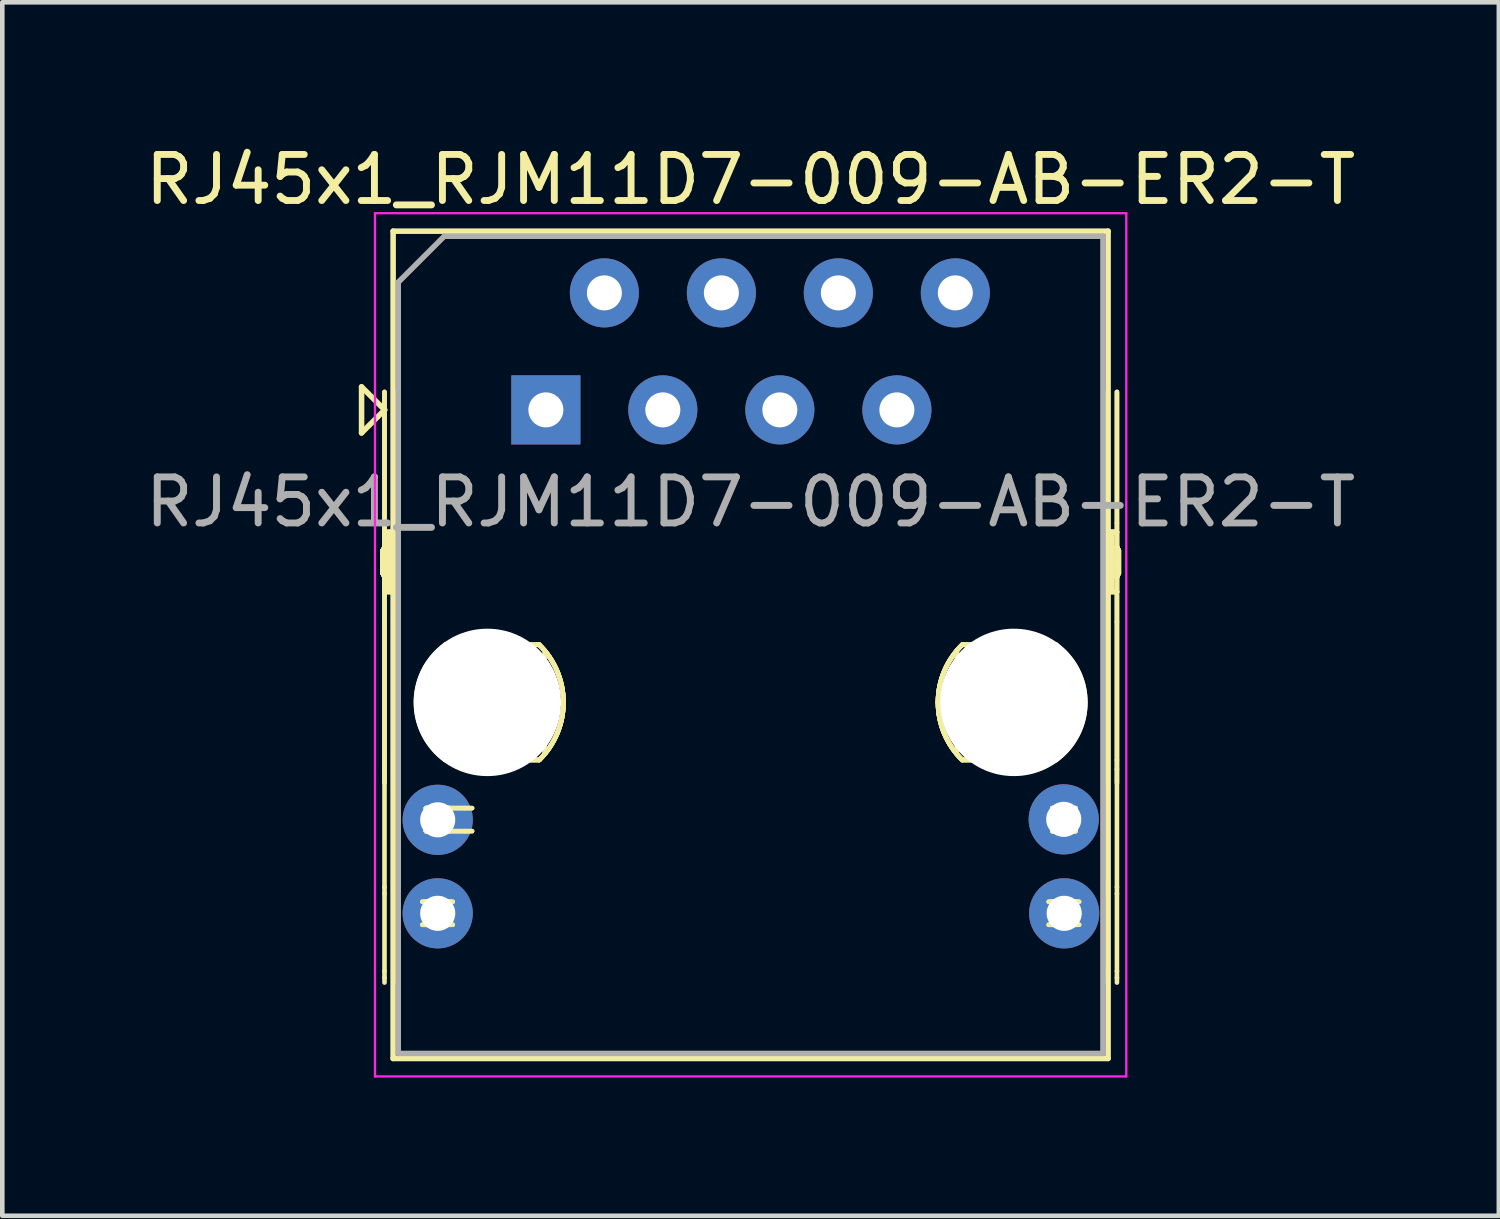
<source format=kicad_pcb>
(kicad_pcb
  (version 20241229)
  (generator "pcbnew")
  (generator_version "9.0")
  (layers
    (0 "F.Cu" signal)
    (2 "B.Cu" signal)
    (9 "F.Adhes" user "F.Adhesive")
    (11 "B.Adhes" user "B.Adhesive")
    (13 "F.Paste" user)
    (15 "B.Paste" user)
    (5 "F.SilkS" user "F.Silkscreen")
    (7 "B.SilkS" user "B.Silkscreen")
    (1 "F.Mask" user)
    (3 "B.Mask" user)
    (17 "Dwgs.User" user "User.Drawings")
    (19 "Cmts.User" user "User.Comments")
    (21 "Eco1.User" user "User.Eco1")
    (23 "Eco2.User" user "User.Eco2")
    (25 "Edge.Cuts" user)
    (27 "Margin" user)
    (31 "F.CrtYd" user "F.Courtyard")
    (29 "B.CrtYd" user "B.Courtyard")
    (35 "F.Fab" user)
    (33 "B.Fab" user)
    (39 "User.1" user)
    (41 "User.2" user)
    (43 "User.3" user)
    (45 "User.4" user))
  (footprint "RJ45x1_RJM11D7-009-AB-ER2-T"
    (layer "F.Cu")
    (at 13.242 12.167)
    (property "Reference" "RJ45x1_RJM11D7-009-AB-ER2-T" (at 0.003 -11.319 0) (layer "F.SilkS") (effects (font (size 1 1) (thickness 0.15))))
    (attr through_hole)
    (fp_line (start -8.443 -6.819) (end -8.443 -5.819) (stroke (width 0.12) (type solid)) (layer "F.SilkS"))
    (fp_line (start -8.443 -5.819) (end -7.942 -6.319) (stroke (width 0.12) (type solid)) (layer "F.SilkS"))
    (fp_line (start -7.985 -3.263) (end -7.985 -2.773) (stroke (width 0.1) (type solid)) (layer "F.SilkS"))
    (fp_line (start -7.985 -3.263) (end -7.985 -2.773) (stroke (width 0.1) (type solid)) (layer "F.SilkS"))
    (fp_line (start -7.985 -3.263) (end -7.985 -2.773) (stroke (width 0.1) (type solid)) (layer "F.SilkS"))
    (fp_line (start -7.985 -3.263) (end -7.945 -3.343) (stroke (width 0.1) (type solid)) (layer "F.SilkS"))
    (fp_line (start -7.985 -3.263) (end -7.945 -3.343) (stroke (width 0.1) (type solid)) (layer "F.SilkS"))
    (fp_line (start -7.985 -3.263) (end -7.985 -3.263) (stroke (width 0.1) (type solid)) (layer "F.SilkS"))
    (fp_line (start -7.985 -3.263) (end -7.985 -3.263) (stroke (width 0.1) (type solid)) (layer "F.SilkS"))
    (fp_line (start -7.985 -3.263) (end -7.985 -2.773) (stroke (width 0.1) (type solid)) (layer "F.SilkS"))
    (fp_line (start -7.985 -3.263) (end -7.985 -2.773) (stroke (width 0.1) (type solid)) (layer "F.SilkS"))
    (fp_line (start -7.985 -3.263) (end -7.945 -3.343) (stroke (width 0.1) (type solid)) (layer "F.SilkS"))
    (fp_line (start -7.985 -2.773) (end -7.945 -2.693) (stroke (width 0.1) (type solid)) (layer "F.SilkS"))
    (fp_line (start -7.985 -2.773) (end -7.985 -2.773) (stroke (width 0.1) (type solid)) (layer "F.SilkS"))
    (fp_line (start -7.985 -2.773) (end -7.985 -2.773) (stroke (width 0.1) (type solid)) (layer "F.SilkS"))
    (fp_line (start -7.985 -2.773) (end -7.945 -2.693) (stroke (width 0.1) (type solid)) (layer "F.SilkS"))
    (fp_line (start -7.945 -6.709) (end -7.945 -3.868) (stroke (width 0.1) (type solid)) (layer "F.SilkS"))
    (fp_line (start -7.945 -3.868) (end -7.945 -3.668) (stroke (width 0.1) (type solid)) (layer "F.SilkS"))
    (fp_line (start -7.945 -3.668) (end -7.945 -2.368) (stroke (width 0.1) (type solid)) (layer "F.SilkS"))
    (fp_line (start -7.945 -3.668) (end -7.945 -2.368) (stroke (width 0.1) (type solid)) (layer "F.SilkS"))
    (fp_line (start -7.945 -3.668) (end -7.745 -3.668) (stroke (width 0.1) (type solid)) (layer "F.SilkS"))
    (fp_line (start -7.945 -3.668) (end -7.745 -3.668) (stroke (width 0.1) (type solid)) (layer "F.SilkS"))
    (fp_line (start -7.945 -3.668) (end -7.745 -3.668) (stroke (width 0.1) (type solid)) (layer "F.SilkS"))
    (fp_line (start -7.945 -3.668) (end -7.745 -3.668) (stroke (width 0.1) (type solid)) (layer "F.SilkS"))
    (fp_line (start -7.945 -3.343) (end -7.945 -3.343) (stroke (width 0.1) (type solid)) (layer "F.SilkS"))
    (fp_line (start -7.945 -3.343) (end -7.945 -3.343) (stroke (width 0.1) (type solid)) (layer "F.SilkS"))
    (fp_line (start -7.945 -2.693) (end -7.945 -2.693) (stroke (width 0.1) (type solid)) (layer "F.SilkS"))
    (fp_line (start -7.945 -2.693) (end -7.945 -2.693) (stroke (width 0.1) (type solid)) (layer "F.SilkS"))
    (fp_line (start -7.945 -2.368) (end -7.945 -1.718) (stroke (width 0.1) (type solid)) (layer "F.SilkS"))
    (fp_line (start -7.945 -1.718) (end -7.945 1.282) (stroke (width 0.1) (type solid)) (layer "F.SilkS"))
    (fp_line (start -7.945 1.282) (end -7.945 1.482) (stroke (width 0.1) (type solid)) (layer "F.SilkS"))
    (fp_line (start -7.945 1.482) (end -7.945 1.782) (stroke (width 0.1) (type solid)) (layer "F.SilkS"))
    (fp_line (start -7.945 4.042) (end -7.945 -6.709) (stroke (width 0.1) (type solid)) (layer "F.SilkS"))
    (fp_line (start -7.945 4.184) (end -7.945 4.042) (stroke (width 0.1) (type solid)) (layer "F.SilkS"))
    (fp_line (start -7.945 5.866) (end -7.945 4.184) (stroke (width 0.1) (type solid)) (layer "F.SilkS"))
    (fp_line (start -7.945 6.008) (end -7.945 5.866) (stroke (width 0.1) (type solid)) (layer "F.SilkS"))
    (fp_line (start -7.945 6.113) (end -7.945 6.008) (stroke (width 0.1) (type solid)) (layer "F.SilkS"))
    (fp_line (start -7.945 -3.343) (end -7.985 -3.263) (stroke (width 0.1) (type solid)) (layer "F.SilkS"))
    (fp_line (start -7.945 -3.343) (end -7.945 -2.693) (stroke (width 0.1) (type solid)) (layer "F.SilkS"))
    (fp_line (start -7.945 -3.021) (end -7.985 -3.02) (stroke (width 0.1) (type solid)) (layer "F.SilkS"))
    (fp_line (start -7.945 -2.693) (end -7.985 -2.773) (stroke (width 0.1) (type solid)) (layer "F.SilkS"))
    (fp_line (start -7.945 -2.693) (end -7.985 -2.773) (stroke (width 0.1) (type solid)) (layer "F.SilkS"))
    (fp_line (start -7.945 -2.693) (end -7.985 -2.773) (stroke (width 0.1) (type solid)) (layer "F.SilkS"))
    (fp_line (start -7.945 -2.693) (end -7.945 -3.343) (stroke (width 0.1) (type solid)) (layer "F.SilkS"))
    (fp_line (start -7.945 -2.693) (end -7.945 -3.343) (stroke (width 0.1) (type solid)) (layer "F.SilkS"))
    (fp_line (start -7.942 -6.319) (end -8.443 -6.819) (stroke (width 0.12) (type solid)) (layer "F.SilkS"))
    (fp_line (start -7.845 -3.668) (end -7.845 -2.368) (stroke (width 0.1) (type solid)) (layer "F.SilkS"))
    (fp_line (start -7.785 -3.143) (end -7.785 -2.893) (stroke (width 0.1) (type solid)) (layer "F.SilkS"))
    (fp_line (start -7.785 -3.143) (end -7.785 -2.893) (stroke (width 0.1) (type solid)) (layer "F.SilkS"))
    (fp_line (start -7.785 -2.893) (end -7.785 -3.143) (stroke (width 0.1) (type solid)) (layer "F.SilkS"))
    (fp_line (start -7.785 -2.893) (end -7.785 -3.143) (stroke (width 0.1) (type solid)) (layer "F.SilkS"))
    (fp_line (start -7.785 -2.893) (end -7.745 -2.893) (stroke (width 0.1) (type solid)) (layer "F.SilkS"))
    (fp_line (start -7.765 -3.143) (end -7.765 -2.893) (stroke (width 0.1) (type solid)) (layer "F.SilkS"))
    (fp_line (start -7.758 -10.199) (end -7.758 7.761) (stroke (width 0.12) (type solid)) (layer "F.SilkS"))
    (fp_line (start -7.758 7.761) (end 7.763 7.761) (stroke (width 0.12) (type solid)) (layer "F.SilkS"))
    (fp_line (start -7.745 -6.709) (end -7.745 4.042) (stroke (width 0.1) (type solid)) (layer "F.SilkS"))
    (fp_line (start -7.745 -3.868) (end -7.745 -6.709) (stroke (width 0.1) (type solid)) (layer "F.SilkS"))
    (fp_line (start -7.745 -3.668) (end -7.745 -3.868) (stroke (width 0.1) (type solid)) (layer "F.SilkS"))
    (fp_line (start -7.745 -3.668) (end -7.745 -2.368) (stroke (width 0.1) (type solid)) (layer "F.SilkS"))
    (fp_line (start -7.745 -3.668) (end -7.745 -2.368) (stroke (width 0.1) (type solid)) (layer "F.SilkS"))
    (fp_line (start -7.745 -3.143) (end -7.785 -3.143) (stroke (width 0.1) (type solid)) (layer "F.SilkS"))
    (fp_line (start -7.745 -3.143) (end -7.785 -3.143) (stroke (width 0.1) (type solid)) (layer "F.SilkS"))
    (fp_line (start -7.745 -3.143) (end -7.785 -3.143) (stroke (width 0.1) (type solid)) (layer "F.SilkS"))
    (fp_line (start -7.745 -3.143) (end -7.785 -3.143) (stroke (width 0.1) (type solid)) (layer "F.SilkS"))
    (fp_line (start -7.745 -3.143) (end -7.745 -2.893) (stroke (width 0.1) (type solid)) (layer "F.SilkS"))
    (fp_line (start -7.745 -3.018) (end -7.945 -3.018) (stroke (width 0.1) (type solid)) (layer "F.SilkS"))
    (fp_line (start -7.745 -3.018) (end -7.785 -3.018) (stroke (width 0.1) (type solid)) (layer "F.SilkS"))
    (fp_line (start -7.745 -2.893) (end -7.785 -2.893) (stroke (width 0.1) (type solid)) (layer "F.SilkS"))
    (fp_line (start -7.745 -2.893) (end -7.785 -2.893) (stroke (width 0.1) (type solid)) (layer "F.SilkS"))
    (fp_line (start -7.745 -2.893) (end -7.785 -2.893) (stroke (width 0.1) (type solid)) (layer "F.SilkS"))
    (fp_line (start -7.745 -2.893) (end -7.745 -3.143) (stroke (width 0.1) (type solid)) (layer "F.SilkS"))
    (fp_line (start -7.745 -2.893) (end -7.745 -3.143) (stroke (width 0.1) (type solid)) (layer "F.SilkS"))
    (fp_line (start -7.745 -2.368) (end -7.945 -2.368) (stroke (width 0.1) (type solid)) (layer "F.SilkS"))
    (fp_line (start -7.745 -2.368) (end -7.945 -2.368) (stroke (width 0.1) (type solid)) (layer "F.SilkS"))
    (fp_line (start -7.745 -2.368) (end -7.945 -2.368) (stroke (width 0.1) (type solid)) (layer "F.SilkS"))
    (fp_line (start -7.745 -2.368) (end -7.945 -2.368) (stroke (width 0.1) (type solid)) (layer "F.SilkS"))
    (fp_line (start -7.745 -2.368) (end -7.745 -1.718) (stroke (width 0.1) (type solid)) (layer "F.SilkS"))
    (fp_line (start -7.745 -1.718) (end -7.745 1.282) (stroke (width 0.1) (type solid)) (layer "F.SilkS"))
    (fp_line (start -7.745 1.282) (end -7.745 1.482) (stroke (width 0.1) (type solid)) (layer "F.SilkS"))
    (fp_line (start -7.745 4.042) (end -7.745 4.184) (stroke (width 0.1) (type solid)) (layer "F.SilkS"))
    (fp_line (start -7.745 4.184) (end -7.745 5.866) (stroke (width 0.1) (type solid)) (layer "F.SilkS"))
    (fp_line (start -7.745 6.008) (end -7.745 5.866) (stroke (width 0.1) (type solid)) (layer "F.SilkS"))
    (fp_line (start -7.745 1.782) (end -7.745 1.482) (stroke (width 0.1) (type solid)) (layer "F.SilkS"))
    (fp_line (start -7.745 6.113) (end -7.745 6.008) (stroke (width 0.1) (type solid)) (layer "F.SilkS"))
    (fp_line (start -7.124 4.358) (end -7.044 4.358) (stroke (width 0.1) (type solid)) (layer "F.SilkS"))
    (fp_line (start -7.124 4.358) (end -7.044 4.358) (stroke (width 0.1) (type solid)) (layer "F.SilkS"))
    (fp_line (start -7.044 2.326) (end -7.044 2.826) (stroke (width 0.1) (type solid)) (layer "F.SilkS"))
    (fp_line (start -7.044 2.326) (end -7.044 2.826) (stroke (width 0.1) (type solid)) (layer "F.SilkS"))
    (fp_line (start -7.044 2.326) (end -6.544 2.326) (stroke (width 0.1) (type solid)) (layer "F.SilkS"))
    (fp_line (start -7.044 2.326) (end -6.544 2.326) (stroke (width 0.1) (type solid)) (layer "F.SilkS"))
    (fp_line (start -7.044 2.326) (end -6.544 2.326) (stroke (width 0.1) (type solid)) (layer "F.SilkS"))
    (fp_line (start -7.044 2.826) (end -7.044 2.326) (stroke (width 0.1) (type solid)) (layer "F.SilkS"))
    (fp_line (start -7.044 2.826) (end -7.044 2.326) (stroke (width 0.1) (type solid)) (layer "F.SilkS"))
    (fp_line (start -7.044 2.826) (end -6.204 2.826) (stroke (width 0.1) (type solid)) (layer "F.SilkS"))
    (fp_line (start -7.044 4.358) (end -7.044 4.858) (stroke (width 0.1) (type solid)) (layer "F.SilkS"))
    (fp_line (start -7.044 4.358) (end -7.044 4.858) (stroke (width 0.1) (type solid)) (layer "F.SilkS"))
    (fp_line (start -7.044 4.358) (end -6.544 4.358) (stroke (width 0.1) (type solid)) (layer "F.SilkS"))
    (fp_line (start -7.044 4.358) (end -6.544 4.358) (stroke (width 0.1) (type solid)) (layer "F.SilkS"))
    (fp_line (start -7.044 4.858) (end -7.124 4.858) (stroke (width 0.1) (type solid)) (layer "F.SilkS"))
    (fp_line (start -7.044 4.858) (end -7.124 4.858) (stroke (width 0.1) (type solid)) (layer "F.SilkS"))
    (fp_line (start -7.044 4.858) (end -7.044 4.358) (stroke (width 0.1) (type solid)) (layer "F.SilkS"))
    (fp_line (start -7.044 4.858) (end -7.044 4.358) (stroke (width 0.1) (type solid)) (layer "F.SilkS"))
    (fp_line (start -7.044 4.858) (end -6.544 4.858) (stroke (width 0.1) (type solid)) (layer "F.SilkS"))
    (fp_line (start -7.044 4.858) (end -6.544 4.858) (stroke (width 0.1) (type solid)) (layer "F.SilkS"))
    (fp_line (start -7.009 -0.72) (end -7.052 -0.745) (stroke (width 0.1) (type solid)) (layer "F.SilkS"))
    (fp_line (start -6.794 2.826) (end -6.794 2.326) (stroke (width 0.1) (type solid)) (layer "F.SilkS"))
    (fp_line (start -6.794 4.858) (end -6.794 4.358) (stroke (width 0.1) (type solid)) (layer "F.SilkS"))
    (fp_line (start -6.627 -1.22) (end -6.539 -1.22) (stroke (width 0.1) (type solid)) (layer "F.SilkS"))
    (fp_line (start -6.627 -1.22) (end -6.539 -1.22) (stroke (width 0.1) (type solid)) (layer "F.SilkS"))
    (fp_line (start -6.627 1.28) (end -6.11 1.28) (stroke (width 0.1) (type solid)) (layer "F.SilkS"))
    (fp_line (start -6.573 1.28) (end -6.06 1.28) (stroke (width 0.1) (type solid)) (layer "F.SilkS"))
    (fp_line (start -6.56 0.03) (end -7.21 0.03) (stroke (width 0.1) (type solid)) (layer "F.SilkS"))
    (fp_line (start -6.56 0.03) (end -6.06 0.03) (stroke (width 0.1) (type solid)) (layer "F.SilkS"))
    (fp_line (start -6.544 2.326) (end -6.544 2.826) (stroke (width 0.1) (type solid)) (layer "F.SilkS"))
    (fp_line (start -6.544 2.576) (end -7.044 2.576) (stroke (width 0.1) (type solid)) (layer "F.SilkS"))
    (fp_line (start -6.544 2.826) (end -7.044 2.826) (stroke (width 0.1) (type solid)) (layer "F.SilkS"))
    (fp_line (start -6.544 2.826) (end -7.044 2.826) (stroke (width 0.1) (type solid)) (layer "F.SilkS"))
    (fp_line (start -6.544 2.826) (end -7.044 2.826) (stroke (width 0.1) (type solid)) (layer "F.SilkS"))
    (fp_line (start -6.544 2.826) (end -6.544 2.326) (stroke (width 0.1) (type solid)) (layer "F.SilkS"))
    (fp_line (start -6.544 2.826) (end -6.544 2.326) (stroke (width 0.1) (type solid)) (layer "F.SilkS"))
    (fp_line (start -6.544 2.826) (end -6.544 2.326) (stroke (width 0.1) (type solid)) (layer "F.SilkS"))
    (fp_line (start -6.544 4.358) (end -7.044 4.358) (stroke (width 0.1) (type solid)) (layer "F.SilkS"))
    (fp_line (start -6.544 4.358) (end -7.044 4.358) (stroke (width 0.1) (type solid)) (layer "F.SilkS"))
    (fp_line (start -6.544 4.358) (end -6.464 4.358) (stroke (width 0.1) (type solid)) (layer "F.SilkS"))
    (fp_line (start -6.544 4.358) (end -6.464 4.358) (stroke (width 0.1) (type solid)) (layer "F.SilkS"))
    (fp_line (start -6.544 4.608) (end -7.044 4.608) (stroke (width 0.1) (type solid)) (layer "F.SilkS"))
    (fp_line (start -6.544 4.858) (end -7.044 4.858) (stroke (width 0.1) (type solid)) (layer "F.SilkS"))
    (fp_line (start -6.544 4.858) (end -7.044 4.858) (stroke (width 0.1) (type solid)) (layer "F.SilkS"))
    (fp_line (start -6.544 4.858) (end -6.544 4.358) (stroke (width 0.1) (type solid)) (layer "F.SilkS"))
    (fp_line (start -6.544 4.858) (end -6.544 4.358) (stroke (width 0.1) (type solid)) (layer "F.SilkS"))
    (fp_line (start -6.544 4.858) (end -6.544 4.358) (stroke (width 0.1) (type solid)) (layer "F.SilkS"))
    (fp_line (start -6.544 4.858) (end -6.544 4.358) (stroke (width 0.1) (type solid)) (layer "F.SilkS"))
    (fp_line (start -6.544 4.858) (end -6.464 4.858) (stroke (width 0.1) (type solid)) (layer "F.SilkS"))
    (fp_line (start -6.539 -1.22) (end -6.06 -1.22) (stroke (width 0.1) (type solid)) (layer "F.SilkS"))
    (fp_line (start -6.539 -1.22) (end -6.06 -1.22) (stroke (width 0.1) (type solid)) (layer "F.SilkS"))
    (fp_line (start -6.539 1.28) (end -6.627 1.28) (stroke (width 0.1) (type solid)) (layer "F.SilkS"))
    (fp_line (start -6.539 1.28) (end -6.627 1.28) (stroke (width 0.1) (type solid)) (layer "F.SilkS"))
    (fp_line (start -6.464 4.858) (end -6.544 4.858) (stroke (width 0.1) (type solid)) (layer "F.SilkS"))
    (fp_line (start -6.31 -0.572) (end -6.31 0.632) (stroke (width 0.1) (type solid)) (layer "F.SilkS"))
    (fp_line (start -6.204 2.326) (end -7.044 2.326) (stroke (width 0.1) (type solid)) (layer "F.SilkS"))
    (fp_line (start -6.204 2.826) (end -6.044 2.826) (stroke (width 0.1) (type solid)) (layer "F.SilkS"))
    (fp_line (start -6.11 -1.22) (end -6.627 -1.22) (stroke (width 0.1) (type solid)) (layer "F.SilkS"))
    (fp_line (start -6.11 1.28) (end -5.71 1.28) (stroke (width 0.1) (type solid)) (layer "F.SilkS"))
    (fp_line (start -6.06 -1.22) (end -6.573 -1.22) (stroke (width 0.1) (type solid)) (layer "F.SilkS"))
    (fp_line (start -6.06 -1.22) (end -6.06 -0.745) (stroke (width 0.1) (type solid)) (layer "F.SilkS"))
    (fp_line (start -6.06 -1.22) (end -6.06 -0.745) (stroke (width 0.1) (type solid)) (layer "F.SilkS"))
    (fp_line (start -6.06 -1.22) (end -6.06 1.28) (stroke (width 0.1) (type solid)) (layer "F.SilkS"))
    (fp_line (start -6.06 -1.22) (end -6.06 1.28) (stroke (width 0.1) (type solid)) (layer "F.SilkS"))
    (fp_line (start -6.06 -1.22) (end -6.06 1.28) (stroke (width 0.1) (type solid)) (layer "F.SilkS"))
    (fp_line (start -6.06 -1.22) (end -5.71 -1.22) (stroke (width 0.1) (type solid)) (layer "F.SilkS"))
    (fp_line (start -6.06 -1.22) (end -5.71 -1.22) (stroke (width 0.1) (type solid)) (layer "F.SilkS"))
    (fp_line (start -6.06 0.805) (end -6.06 -0.745) (stroke (width 0.1) (type solid)) (layer "F.SilkS"))
    (fp_line (start -6.06 0.805) (end -6.06 -0.745) (stroke (width 0.1) (type solid)) (layer "F.SilkS"))
    (fp_line (start -6.06 0.805) (end -6.06 1.28) (stroke (width 0.1) (type solid)) (layer "F.SilkS"))
    (fp_line (start -6.06 0.805) (end -6.06 1.28) (stroke (width 0.1) (type solid)) (layer "F.SilkS"))
    (fp_line (start -6.06 1.28) (end -6.539 1.28) (stroke (width 0.1) (type solid)) (layer "F.SilkS"))
    (fp_line (start -6.06 1.28) (end -6.539 1.28) (stroke (width 0.1) (type solid)) (layer "F.SilkS"))
    (fp_line (start -6.044 2.326) (end -6.544 2.326) (stroke (width 0.1) (type solid)) (layer "F.SilkS"))
    (fp_line (start -6.044 2.326) (end -6.204 2.326) (stroke (width 0.1) (type solid)) (layer "F.SilkS"))
    (fp_line (start -6.044 2.826) (end -6.544 2.826) (stroke (width 0.1) (type solid)) (layer "F.SilkS"))
    (fp_line (start -5.71 -1.22) (end -6.11 -1.22) (stroke (width 0.1) (type solid)) (layer "F.SilkS"))
    (fp_line (start -5.71 -1.22) (end -5.71 1.28) (stroke (width 0.1) (type solid)) (layer "F.SilkS"))
    (fp_line (start -5.71 1.28) (end -6.06 1.28) (stroke (width 0.1) (type solid)) (layer "F.SilkS"))
    (fp_line (start -5.71 1.28) (end -6.06 1.28) (stroke (width 0.1) (type solid)) (layer "F.SilkS"))
    (fp_line (start -5.71 1.28) (end -5.36 1.28) (stroke (width 0.1) (type solid)) (layer "F.SilkS"))
    (fp_line (start -5.71 1.28) (end -5.36 1.28) (stroke (width 0.1) (type solid)) (layer "F.SilkS"))
    (fp_line (start -5.71 1.28) (end -5.31 1.28) (stroke (width 0.1) (type solid)) (layer "F.SilkS"))
    (fp_line (start -5.36 -1.22) (end -5.71 -1.22) (stroke (width 0.1) (type solid)) (layer "F.SilkS"))
    (fp_line (start -5.36 -1.22) (end -5.71 -1.22) (stroke (width 0.1) (type solid)) (layer "F.SilkS"))
    (fp_line (start -5.36 -1.22) (end -5.36 1.28) (stroke (width 0.1) (type solid)) (layer "F.SilkS"))
    (fp_line (start -5.36 -1.22) (end -4.585 -1.22) (stroke (width 0.1) (type solid)) (layer "F.SilkS"))
    (fp_line (start -5.36 -1.22) (end -4.585 -1.22) (stroke (width 0.1) (type solid)) (layer "F.SilkS"))
    (fp_line (start -5.36 -0.863) (end -5.36 -1.22) (stroke (width 0.1) (type solid)) (layer "F.SilkS"))
    (fp_line (start -5.36 -0.863) (end -5.36 -1.22) (stroke (width 0.1) (type solid)) (layer "F.SilkS"))
    (fp_line (start -5.36 -0.863) (end -5.36 0.923) (stroke (width 0.1) (type solid)) (layer "F.SilkS"))
    (fp_line (start -5.36 -0.863) (end -5.36 0.923) (stroke (width 0.1) (type solid)) (layer "F.SilkS"))
    (fp_line (start -5.36 0.03) (end -6.06 0.03) (stroke (width 0.1) (type solid)) (layer "F.SilkS"))
    (fp_line (start -5.36 0.03) (end -4.81 0.03) (stroke (width 0.1) (type solid)) (layer "F.SilkS"))
    (fp_line (start -5.36 1.28) (end -5.36 -1.22) (stroke (width 0.1) (type solid)) (layer "F.SilkS"))
    (fp_line (start -5.36 1.28) (end -5.36 -1.22) (stroke (width 0.1) (type solid)) (layer "F.SilkS"))
    (fp_line (start -5.36 1.28) (end -5.36 0.923) (stroke (width 0.1) (type solid)) (layer "F.SilkS"))
    (fp_line (start -5.36 1.28) (end -5.36 0.923) (stroke (width 0.1) (type solid)) (layer "F.SilkS"))
    (fp_line (start -5.36 1.28) (end -4.881 1.28) (stroke (width 0.1) (type solid)) (layer "F.SilkS"))
    (fp_line (start -5.31 -1.22) (end -5.71 -1.22) (stroke (width 0.1) (type solid)) (layer "F.SilkS"))
    (fp_line (start -5.31 1.28) (end -4.881 1.28) (stroke (width 0.1) (type solid)) (layer "F.SilkS"))
    (fp_line (start -5.085 -0.659) (end -5.085 0.719) (stroke (width 0.1) (type solid)) (layer "F.SilkS"))
    (fp_line (start -4.881 -1.22) (end -5.36 -1.22) (stroke (width 0.1) (type solid)) (layer "F.SilkS"))
    (fp_line (start -4.881 -1.22) (end -5.31 -1.22) (stroke (width 0.1) (type solid)) (layer "F.SilkS"))
    (fp_line (start -4.881 1.28) (end -4.585 1.28) (stroke (width 0.1) (type solid)) (layer "F.SilkS"))
    (fp_line (start -4.881 1.28) (end -4.585 1.28) (stroke (width 0.1) (type solid)) (layer "F.SilkS"))
    (fp_line (start -4.81 0.03) (end -4.06 0.03) (stroke (width 0.1) (type solid)) (layer "F.SilkS"))
    (fp_line (start -4.665 -6.32) (end -4.215 -6.32) (stroke (width 0.1) (type solid)) (layer "F.SilkS"))
    (fp_line (start -4.585 -1.22) (end -4.881 -1.22) (stroke (width 0.1) (type solid)) (layer "F.SilkS"))
    (fp_line (start -4.585 -1.22) (end -4.881 -1.22) (stroke (width 0.1) (type solid)) (layer "F.SilkS"))
    (fp_line (start -4.585 1.28) (end -5.36 1.28) (stroke (width 0.1) (type solid)) (layer "F.SilkS"))
    (fp_line (start -4.585 1.28) (end -5.36 1.28) (stroke (width 0.1) (type solid)) (layer "F.SilkS"))
    (fp_line (start -4.47 -0.815) (end -4.47 -1.096) (stroke (width 0.1) (type solid)) (layer "F.SilkS"))
    (fp_line (start -4.47 1.156) (end -4.47 0.875) (stroke (width 0.1) (type solid)) (layer "F.SilkS"))
    (fp_line (start -4.44 -6.545) (end -4.44 -6.095) (stroke (width 0.1) (type solid)) (layer "F.SilkS"))
    (fp_line (start -4.06 0.03) (end -4.21 0.03) (stroke (width 0.1) (type solid)) (layer "F.SilkS"))
    (fp_line (start -2.125 -6.32) (end -1.675 -6.32) (stroke (width 0.1) (type solid)) (layer "F.SilkS"))
    (fp_line (start -1.9 -6.545) (end -1.9 -6.095) (stroke (width 0.1) (type solid)) (layer "F.SilkS"))
    (fp_line (start -0.63 -8.635) (end -0.63 -9.085) (stroke (width 0.1) (type solid)) (layer "F.SilkS"))
    (fp_line (start -0.405 -8.86) (end -0.855 -8.86) (stroke (width 0.1) (type solid)) (layer "F.SilkS"))
    (fp_line (start 0.415 -6.32) (end 0.865 -6.32) (stroke (width 0.1) (type solid)) (layer "F.SilkS"))
    (fp_line (start 0.64 -6.545) (end 0.64 -6.095) (stroke (width 0.1) (type solid)) (layer "F.SilkS"))
    (fp_line (start 1.91 -8.635) (end 1.91 -9.085) (stroke (width 0.1) (type solid)) (layer "F.SilkS"))
    (fp_line (start 2.135 -8.86) (end 1.685 -8.86) (stroke (width 0.1) (type solid)) (layer "F.SilkS"))
    (fp_line (start 2.955 -6.32) (end 3.405 -6.32) (stroke (width 0.1) (type solid)) (layer "F.SilkS"))
    (fp_line (start 3.18 -6.545) (end 3.18 -6.095) (stroke (width 0.1) (type solid)) (layer "F.SilkS"))
    (fp_line (start 4.07 0.03) (end 4.22 0.03) (stroke (width 0.1) (type solid)) (layer "F.SilkS"))
    (fp_line (start 4.45 -8.635) (end 4.45 -9.085) (stroke (width 0.1) (type solid)) (layer "F.SilkS"))
    (fp_line (start 4.48 -1.096) (end 4.48 -0.815) (stroke (width 0.1) (type solid)) (layer "F.SilkS"))
    (fp_line (start 4.48 0.875) (end 4.48 1.156) (stroke (width 0.1) (type solid)) (layer "F.SilkS"))
    (fp_line (start 4.595 -1.22) (end 5.37 -1.22) (stroke (width 0.1) (type solid)) (layer "F.SilkS"))
    (fp_line (start 4.595 -1.22) (end 5.37 -1.22) (stroke (width 0.1) (type solid)) (layer "F.SilkS"))
    (fp_line (start 4.595 1.28) (end 4.891 1.28) (stroke (width 0.1) (type solid)) (layer "F.SilkS"))
    (fp_line (start 4.595 1.28) (end 4.891 1.28) (stroke (width 0.1) (type solid)) (layer "F.SilkS"))
    (fp_line (start 4.675 -8.86) (end 4.225 -8.86) (stroke (width 0.1) (type solid)) (layer "F.SilkS"))
    (fp_line (start 4.72 0.03) (end 4.07 0.03) (stroke (width 0.1) (type solid)) (layer "F.SilkS"))
    (fp_line (start 4.891 -1.22) (end 4.595 -1.22) (stroke (width 0.1) (type solid)) (layer "F.SilkS"))
    (fp_line (start 4.891 -1.22) (end 4.595 -1.22) (stroke (width 0.1) (type solid)) (layer "F.SilkS"))
    (fp_line (start 4.891 1.28) (end 5.32 1.28) (stroke (width 0.1) (type solid)) (layer "F.SilkS"))
    (fp_line (start 4.891 1.28) (end 5.37 1.28) (stroke (width 0.1) (type solid)) (layer "F.SilkS"))
    (fp_line (start 5.045 0.768) (end 5.045 -0.708) (stroke (width 0.1) (type solid)) (layer "F.SilkS"))
    (fp_line (start 5.32 -1.22) (end 4.891 -1.22) (stroke (width 0.1) (type solid)) (layer "F.SilkS"))
    (fp_line (start 5.32 1.28) (end 5.72 1.28) (stroke (width 0.1) (type solid)) (layer "F.SilkS"))
    (fp_line (start 5.37 1.28) (end 4.595 1.28) (stroke (width 0.1) (type solid)) (layer "F.SilkS"))
    (fp_line (start 5.37 1.28) (end 4.595 1.28) (stroke (width 0.1) (type solid)) (layer "F.SilkS"))
    (fp_line (start 5.37 0.03) (end 4.72 0.03) (stroke (width 0.1) (type solid)) (layer "F.SilkS"))
    (fp_line (start 5.37 0.967) (end 5.37 1.28) (stroke (width 0.1) (type solid)) (layer "F.SilkS"))
    (fp_line (start 5.37 0.967) (end 5.37 1.28) (stroke (width 0.1) (type solid)) (layer "F.SilkS"))
    (fp_line (start 5.37 0.967) (end 5.37 -0.907) (stroke (width 0.1) (type solid)) (layer "F.SilkS"))
    (fp_line (start 5.37 0.967) (end 5.37 -0.907) (stroke (width 0.1) (type solid)) (layer "F.SilkS"))
    (fp_line (start 5.37 -1.22) (end 4.891 -1.22) (stroke (width 0.1) (type solid)) (layer "F.SilkS"))
    (fp_line (start 5.37 -1.22) (end 5.37 1.28) (stroke (width 0.1) (type solid)) (layer "F.SilkS"))
    (fp_line (start 5.37 -1.22) (end 5.37 1.28) (stroke (width 0.1) (type solid)) (layer "F.SilkS"))
    (fp_line (start 5.37 -1.22) (end 5.37 1.28) (stroke (width 0.1) (type solid)) (layer "F.SilkS"))
    (fp_line (start 5.37 1.28) (end 5.37 1.28) (stroke (width 0.1) (type solid)) (layer "F.SilkS"))
    (fp_line (start 5.37 1.28) (end 5.37 1.28) (stroke (width 0.1) (type solid)) (layer "F.SilkS"))
    (fp_line (start 5.37 1.28) (end 5.72 1.28) (stroke (width 0.1) (type solid)) (layer "F.SilkS"))
    (fp_line (start 5.37 1.28) (end 5.72 1.28) (stroke (width 0.1) (type solid)) (layer "F.SilkS"))
    (fp_line (start 5.37 -1.22) (end 5.37 -1.22) (stroke (width 0.1) (type solid)) (layer "F.SilkS"))
    (fp_line (start 5.37 -1.22) (end 5.37 -1.22) (stroke (width 0.1) (type solid)) (layer "F.SilkS"))
    (fp_line (start 5.37 -1.22) (end 5.37 -0.907) (stroke (width 0.1) (type solid)) (layer "F.SilkS"))
    (fp_line (start 5.37 -1.22) (end 5.37 -0.907) (stroke (width 0.1) (type solid)) (layer "F.SilkS"))
    (fp_line (start 5.72 -1.22) (end 5.32 -1.22) (stroke (width 0.1) (type solid)) (layer "F.SilkS"))
    (fp_line (start 5.72 -1.22) (end 5.37 -1.22) (stroke (width 0.1) (type solid)) (layer "F.SilkS"))
    (fp_line (start 5.72 -1.22) (end 5.37 -1.22) (stroke (width 0.1) (type solid)) (layer "F.SilkS"))
    (fp_line (start 5.72 -1.22) (end 5.72 1.28) (stroke (width 0.1) (type solid)) (layer "F.SilkS"))
    (fp_line (start 5.72 -1.22) (end 6.07 -1.22) (stroke (width 0.1) (type solid)) (layer "F.SilkS"))
    (fp_line (start 5.72 -1.22) (end 6.07 -1.22) (stroke (width 0.1) (type solid)) (layer "F.SilkS"))
    (fp_line (start 5.72 1.28) (end 6.12 1.28) (stroke (width 0.1) (type solid)) (layer "F.SilkS"))
    (fp_line (start 6.07 -1.22) (end 6.07 1.28) (stroke (width 0.1) (type solid)) (layer "F.SilkS"))
    (fp_line (start 6.07 -1.22) (end 6.07 1.28) (stroke (width 0.1) (type solid)) (layer "F.SilkS"))
    (fp_line (start 6.07 -1.22) (end 6.07 1.28) (stroke (width 0.1) (type solid)) (layer "F.SilkS"))
    (fp_line (start 6.07 -1.22) (end 6.549 -1.22) (stroke (width 0.1) (type solid)) (layer "F.SilkS"))
    (fp_line (start 6.07 -1.22) (end 6.549 -1.22) (stroke (width 0.1) (type solid)) (layer "F.SilkS"))
    (fp_line (start 6.07 -0.745) (end 6.07 -1.22) (stroke (width 0.1) (type solid)) (layer "F.SilkS"))
    (fp_line (start 6.07 -0.745) (end 6.07 -1.22) (stroke (width 0.1) (type solid)) (layer "F.SilkS"))
    (fp_line (start 6.07 -0.745) (end 6.07 0.805) (stroke (width 0.1) (type solid)) (layer "F.SilkS"))
    (fp_line (start 6.07 -0.745) (end 6.07 0.805) (stroke (width 0.1) (type solid)) (layer "F.SilkS"))
    (fp_line (start 6.07 0.03) (end 5.37 0.03) (stroke (width 0.1) (type solid)) (layer "F.SilkS"))
    (fp_line (start 6.07 1.28) (end 5.72 1.28) (stroke (width 0.1) (type solid)) (layer "F.SilkS"))
    (fp_line (start 6.07 1.28) (end 5.72 1.28) (stroke (width 0.1) (type solid)) (layer "F.SilkS"))
    (fp_line (start 6.07 1.28) (end 6.07 0.805) (stroke (width 0.1) (type solid)) (layer "F.SilkS"))
    (fp_line (start 6.07 1.28) (end 6.07 0.805) (stroke (width 0.1) (type solid)) (layer "F.SilkS"))
    (fp_line (start 6.07 1.28) (end 6.583 1.28) (stroke (width 0.1) (type solid)) (layer "F.SilkS"))
    (fp_line (start 6.12 -1.22) (end 5.72 -1.22) (stroke (width 0.1) (type solid)) (layer "F.SilkS"))
    (fp_line (start 6.12 1.28) (end 6.637 1.28) (stroke (width 0.1) (type solid)) (layer "F.SilkS"))
    (fp_line (start 6.32 0.632) (end 6.32 -0.572) (stroke (width 0.1) (type solid)) (layer "F.SilkS"))
    (fp_line (start 6.474 4.858) (end 6.554 4.858) (stroke (width 0.1) (type solid)) (layer "F.SilkS"))
    (fp_line (start 6.474 4.858) (end 6.554 4.858) (stroke (width 0.1) (type solid)) (layer "F.SilkS"))
    (fp_line (start 6.549 -1.22) (end 6.637 -1.22) (stroke (width 0.1) (type solid)) (layer "F.SilkS"))
    (fp_line (start 6.549 -1.22) (end 6.637 -1.22) (stroke (width 0.1) (type solid)) (layer "F.SilkS"))
    (fp_line (start 6.549 1.28) (end 6.07 1.28) (stroke (width 0.1) (type solid)) (layer "F.SilkS"))
    (fp_line (start 6.549 1.28) (end 6.07 1.28) (stroke (width 0.1) (type solid)) (layer "F.SilkS"))
    (fp_line (start 6.554 2.326) (end 6.554 2.826) (stroke (width 0.1) (type solid)) (layer "F.SilkS"))
    (fp_line (start 6.554 2.326) (end 6.554 2.826) (stroke (width 0.1) (type solid)) (layer "F.SilkS"))
    (fp_line (start 6.554 2.326) (end 7.054 2.326) (stroke (width 0.1) (type solid)) (layer "F.SilkS"))
    (fp_line (start 6.554 2.576) (end 7.054 2.576) (stroke (width 0.1) (type solid)) (layer "F.SilkS"))
    (fp_line (start 6.554 2.826) (end 6.554 2.326) (stroke (width 0.1) (type solid)) (layer "F.SilkS"))
    (fp_line (start 6.554 2.826) (end 6.554 2.326) (stroke (width 0.1) (type solid)) (layer "F.SilkS"))
    (fp_line (start 6.554 2.826) (end 7.054 2.826) (stroke (width 0.1) (type solid)) (layer "F.SilkS"))
    (fp_line (start 6.554 4.358) (end 6.474 4.358) (stroke (width 0.1) (type solid)) (layer "F.SilkS"))
    (fp_line (start 6.554 4.358) (end 6.474 4.358) (stroke (width 0.1) (type solid)) (layer "F.SilkS"))
    (fp_line (start 6.554 4.358) (end 7.054 4.358) (stroke (width 0.1) (type solid)) (layer "F.SilkS"))
    (fp_line (start 6.554 4.608) (end 7.054 4.608) (stroke (width 0.1) (type solid)) (layer "F.SilkS"))
    (fp_line (start 6.554 4.858) (end 6.554 4.358) (stroke (width 0.1) (type solid)) (layer "F.SilkS"))
    (fp_line (start 6.554 4.858) (end 6.554 4.358) (stroke (width 0.1) (type solid)) (layer "F.SilkS"))
    (fp_line (start 6.554 4.858) (end 6.554 4.358) (stroke (width 0.1) (type solid)) (layer "F.SilkS"))
    (fp_line (start 6.554 4.858) (end 6.554 4.358) (stroke (width 0.1) (type solid)) (layer "F.SilkS"))
    (fp_line (start 6.554 4.858) (end 7.054 4.858) (stroke (width 0.1) (type solid)) (layer "F.SilkS"))
    (fp_line (start 6.554 4.858) (end 7.054 4.858) (stroke (width 0.1) (type solid)) (layer "F.SilkS"))
    (fp_line (start 6.57 0.03) (end 6.07 0.03) (stroke (width 0.1) (type solid)) (layer "F.SilkS"))
    (fp_line (start 6.57 0.03) (end 7.22 0.03) (stroke (width 0.1) (type solid)) (layer "F.SilkS"))
    (fp_line (start 6.583 -1.22) (end 6.07 -1.22) (stroke (width 0.1) (type solid)) (layer "F.SilkS"))
    (fp_line (start 6.637 -1.22) (end 6.12 -1.22) (stroke (width 0.1) (type solid)) (layer "F.SilkS"))
    (fp_line (start 6.637 1.28) (end 6.549 1.28) (stroke (width 0.1) (type solid)) (layer "F.SilkS"))
    (fp_line (start 6.637 1.28) (end 6.549 1.28) (stroke (width 0.1) (type solid)) (layer "F.SilkS"))
    (fp_line (start 6.804 2.826) (end 6.804 2.326) (stroke (width 0.1) (type solid)) (layer "F.SilkS"))
    (fp_line (start 6.804 4.858) (end 6.804 4.358) (stroke (width 0.1) (type solid)) (layer "F.SilkS"))
    (fp_line (start 7.019 -0.72) (end 7.062 -0.745) (stroke (width 0.1) (type solid)) (layer "F.SilkS"))
    (fp_line (start 7.054 2.326) (end 7.054 2.826) (stroke (width 0.1) (type solid)) (layer "F.SilkS"))
    (fp_line (start 7.054 2.326) (end 7.054 2.826) (stroke (width 0.1) (type solid)) (layer "F.SilkS"))
    (fp_line (start 7.054 2.326) (end 7.054 2.826) (stroke (width 0.1) (type solid)) (layer "F.SilkS"))
    (fp_line (start 7.054 2.826) (end 7.054 2.326) (stroke (width 0.1) (type solid)) (layer "F.SilkS"))
    (fp_line (start 7.054 4.358) (end 6.554 4.358) (stroke (width 0.1) (type solid)) (layer "F.SilkS"))
    (fp_line (start 7.054 4.358) (end 6.554 4.358) (stroke (width 0.1) (type solid)) (layer "F.SilkS"))
    (fp_line (start 7.054 4.358) (end 6.554 4.358) (stroke (width 0.1) (type solid)) (layer "F.SilkS"))
    (fp_line (start 7.054 4.358) (end 7.054 4.858) (stroke (width 0.1) (type solid)) (layer "F.SilkS"))
    (fp_line (start 7.054 4.358) (end 7.054 4.858) (stroke (width 0.1) (type solid)) (layer "F.SilkS"))
    (fp_line (start 7.054 4.858) (end 6.554 4.858) (stroke (width 0.1) (type solid)) (layer "F.SilkS"))
    (fp_line (start 7.054 4.858) (end 6.554 4.858) (stroke (width 0.1) (type solid)) (layer "F.SilkS"))
    (fp_line (start 7.054 4.858) (end 7.054 4.358) (stroke (width 0.1) (type solid)) (layer "F.SilkS"))
    (fp_line (start 7.054 4.858) (end 7.054 4.358) (stroke (width 0.1) (type solid)) (layer "F.SilkS"))
    (fp_line (start 7.054 4.858) (end 7.134 4.858) (stroke (width 0.1) (type solid)) (layer "F.SilkS"))
    (fp_line (start 7.134 4.358) (end 7.054 4.358) (stroke (width 0.1) (type solid)) (layer "F.SilkS"))
    (fp_line (start 7.134 4.358) (end 7.054 4.358) (stroke (width 0.1) (type solid)) (layer "F.SilkS"))
    (fp_line (start 7.134 4.858) (end 7.054 4.858) (stroke (width 0.1) (type solid)) (layer "F.SilkS"))
    (fp_line (start 7.755 1.782) (end 7.755 1.482) (stroke (width 0.1) (type solid)) (layer "F.SilkS"))
    (fp_line (start 7.755 1.482) (end 7.755 1.282) (stroke (width 0.1) (type solid)) (layer "F.SilkS"))
    (fp_line (start 7.755 -6.709) (end 7.755 4.042) (stroke (width 0.1) (type solid)) (layer "F.SilkS"))
    (fp_line (start 7.755 -3.868) (end 7.755 -6.709) (stroke (width 0.1) (type solid)) (layer "F.SilkS"))
    (fp_line (start 7.755 -3.668) (end 7.755 -3.868) (stroke (width 0.1) (type solid)) (layer "F.SilkS"))
    (fp_line (start 7.755 -3.668) (end 7.955 -3.668) (stroke (width 0.1) (type solid)) (layer "F.SilkS"))
    (fp_line (start 7.755 -3.668) (end 7.955 -3.668) (stroke (width 0.1) (type solid)) (layer "F.SilkS"))
    (fp_line (start 7.755 -3.668) (end 7.955 -3.668) (stroke (width 0.1) (type solid)) (layer "F.SilkS"))
    (fp_line (start 7.755 -3.668) (end 7.955 -3.668) (stroke (width 0.1) (type solid)) (layer "F.SilkS"))
    (fp_line (start 7.755 -3.143) (end 7.755 -2.893) (stroke (width 0.1) (type solid)) (layer "F.SilkS"))
    (fp_line (start 7.755 -3.143) (end 7.755 -2.893) (stroke (width 0.1) (type solid)) (layer "F.SilkS"))
    (fp_line (start 7.755 -3.143) (end 7.795 -3.143) (stroke (width 0.1) (type solid)) (layer "F.SilkS"))
    (fp_line (start 7.755 -3.143) (end 7.795 -3.143) (stroke (width 0.1) (type solid)) (layer "F.SilkS"))
    (fp_line (start 7.755 -3.143) (end 7.795 -3.143) (stroke (width 0.1) (type solid)) (layer "F.SilkS"))
    (fp_line (start 7.755 -3.018) (end 7.795 -3.018) (stroke (width 0.1) (type solid)) (layer "F.SilkS"))
    (fp_line (start 7.755 -2.893) (end 7.755 -3.143) (stroke (width 0.1) (type solid)) (layer "F.SilkS"))
    (fp_line (start 7.755 -2.893) (end 7.795 -2.893) (stroke (width 0.1) (type solid)) (layer "F.SilkS"))
    (fp_line (start 7.755 -2.893) (end 7.795 -2.893) (stroke (width 0.1) (type solid)) (layer "F.SilkS"))
    (fp_line (start 7.755 -2.893) (end 7.795 -2.893) (stroke (width 0.1) (type solid)) (layer "F.SilkS"))
    (fp_line (start 7.755 -2.893) (end 7.795 -2.893) (stroke (width 0.1) (type solid)) (layer "F.SilkS"))
    (fp_line (start 7.755 -2.368) (end 7.755 -3.668) (stroke (width 0.1) (type solid)) (layer "F.SilkS"))
    (fp_line (start 7.755 -2.368) (end 7.755 -3.668) (stroke (width 0.1) (type solid)) (layer "F.SilkS"))
    (fp_line (start 7.755 -2.368) (end 7.955 -2.368) (stroke (width 0.1) (type solid)) (layer "F.SilkS"))
    (fp_line (start 7.755 -2.368) (end 7.955 -2.368) (stroke (width 0.1) (type solid)) (layer "F.SilkS"))
    (fp_line (start 7.755 -2.368) (end 7.955 -2.368) (stroke (width 0.1) (type solid)) (layer "F.SilkS"))
    (fp_line (start 7.755 -1.718) (end 7.755 -2.368) (stroke (width 0.1) (type solid)) (layer "F.SilkS"))
    (fp_line (start 7.755 1.282) (end 7.755 -1.718) (stroke (width 0.1) (type solid)) (layer "F.SilkS"))
    (fp_line (start 7.755 4.042) (end 7.755 4.184) (stroke (width 0.1) (type solid)) (layer "F.SilkS"))
    (fp_line (start 7.755 4.184) (end 7.755 5.866) (stroke (width 0.1) (type solid)) (layer "F.SilkS"))
    (fp_line (start 7.755 5.866) (end 7.755 6.008) (stroke (width 0.1) (type solid)) (layer "F.SilkS"))
    (fp_line (start 7.755 6.008) (end 7.755 6.113) (stroke (width 0.1) (type solid)) (layer "F.SilkS"))
    (fp_line (start 7.763 -10.199) (end -7.758 -10.199) (stroke (width 0.12) (type solid)) (layer "F.SilkS"))
    (fp_line (start 7.763 -10.199) (end 7.763 7.761) (stroke (width 0.12) (type solid)) (layer "F.SilkS"))
    (fp_line (start 7.775 -2.893) (end 7.775 -3.143) (stroke (width 0.1) (type solid)) (layer "F.SilkS"))
    (fp_line (start 7.795 -3.143) (end 7.755 -3.143) (stroke (width 0.1) (type solid)) (layer "F.SilkS"))
    (fp_line (start 7.795 -3.143) (end 7.795 -2.893) (stroke (width 0.1) (type solid)) (layer "F.SilkS"))
    (fp_line (start 7.795 -3.143) (end 7.795 -2.893) (stroke (width 0.1) (type solid)) (layer "F.SilkS"))
    (fp_line (start 7.795 -2.893) (end 7.795 -3.143) (stroke (width 0.1) (type solid)) (layer "F.SilkS"))
    (fp_line (start 7.795 -2.893) (end 7.795 -3.143) (stroke (width 0.1) (type solid)) (layer "F.SilkS"))
    (fp_line (start 7.855 -3.668) (end 7.855 -2.368) (stroke (width 0.1) (type solid)) (layer "F.SilkS"))
    (fp_line (start 7.955 -3.343) (end 7.955 -2.693) (stroke (width 0.1) (type solid)) (layer "F.SilkS"))
    (fp_line (start 7.955 -3.343) (end 7.955 -2.693) (stroke (width 0.1) (type solid)) (layer "F.SilkS"))
    (fp_line (start 7.955 -3.343) (end 7.995 -3.263) (stroke (width 0.1) (type solid)) (layer "F.SilkS"))
    (fp_line (start 7.955 -3.343) (end 7.995 -3.263) (stroke (width 0.1) (type solid)) (layer "F.SilkS"))
    (fp_line (start 7.955 -3.343) (end 7.995 -3.263) (stroke (width 0.1) (type solid)) (layer "F.SilkS"))
    (fp_line (start 7.955 -3.015) (end 7.995 -3.016) (stroke (width 0.1) (type solid)) (layer "F.SilkS"))
    (fp_line (start 7.955 -2.693) (end 7.955 -3.343) (stroke (width 0.1) (type solid)) (layer "F.SilkS"))
    (fp_line (start 7.955 -2.693) (end 7.995 -2.773) (stroke (width 0.1) (type solid)) (layer "F.SilkS"))
    (fp_line (start 7.955 -6.709) (end 7.955 4.042) (stroke (width 0.1) (type solid)) (layer "F.SilkS"))
    (fp_line (start 7.955 -3.868) (end 7.955 -6.709) (stroke (width 0.1) (type solid)) (layer "F.SilkS"))
    (fp_line (start 7.955 -3.668) (end 7.955 -3.868) (stroke (width 0.1) (type solid)) (layer "F.SilkS"))
    (fp_line (start 7.955 -3.343) (end 7.955 -3.343) (stroke (width 0.1) (type solid)) (layer "F.SilkS"))
    (fp_line (start 7.955 -3.343) (end 7.955 -3.343) (stroke (width 0.1) (type solid)) (layer "F.SilkS"))
    (fp_line (start 7.955 -3.018) (end 7.755 -3.018) (stroke (width 0.1) (type solid)) (layer "F.SilkS"))
    (fp_line (start 7.955 -2.693) (end 7.955 -2.693) (stroke (width 0.1) (type solid)) (layer "F.SilkS"))
    (fp_line (start 7.955 -2.693) (end 7.955 -2.693) (stroke (width 0.1) (type solid)) (layer "F.SilkS"))
    (fp_line (start 7.955 -2.368) (end 7.755 -2.368) (stroke (width 0.1) (type solid)) (layer "F.SilkS"))
    (fp_line (start 7.955 -2.368) (end 7.955 -3.668) (stroke (width 0.1) (type solid)) (layer "F.SilkS"))
    (fp_line (start 7.955 -2.368) (end 7.955 -3.668) (stroke (width 0.1) (type solid)) (layer "F.SilkS"))
    (fp_line (start 7.955 -1.718) (end 7.955 -2.368) (stroke (width 0.1) (type solid)) (layer "F.SilkS"))
    (fp_line (start 7.955 1.282) (end 7.955 -1.718) (stroke (width 0.1) (type solid)) (layer "F.SilkS"))
    (fp_line (start 7.955 1.482) (end 7.955 1.282) (stroke (width 0.1) (type solid)) (layer "F.SilkS"))
    (fp_line (start 7.955 1.782) (end 7.955 1.482) (stroke (width 0.1) (type solid)) (layer "F.SilkS"))
    (fp_line (start 7.955 4.042) (end 7.955 4.184) (stroke (width 0.1) (type solid)) (layer "F.SilkS"))
    (fp_line (start 7.955 4.184) (end 7.955 5.866) (stroke (width 0.1) (type solid)) (layer "F.SilkS"))
    (fp_line (start 7.955 5.866) (end 7.955 6.008) (stroke (width 0.1) (type solid)) (layer "F.SilkS"))
    (fp_line (start 7.955 6.008) (end 7.955 6.113) (stroke (width 0.1) (type solid)) (layer "F.SilkS"))
    (fp_line (start 7.995 -3.263) (end 7.955 -3.343) (stroke (width 0.1) (type solid)) (layer "F.SilkS"))
    (fp_line (start 7.995 -3.263) (end 7.995 -2.773) (stroke (width 0.1) (type solid)) (layer "F.SilkS"))
    (fp_line (start 7.995 -3.263) (end 7.955 -3.343) (stroke (width 0.1) (type solid)) (layer "F.SilkS"))
    (fp_line (start 7.995 -3.263) (end 7.995 -3.263) (stroke (width 0.1) (type solid)) (layer "F.SilkS"))
    (fp_line (start 7.995 -3.263) (end 7.995 -3.263) (stroke (width 0.1) (type solid)) (layer "F.SilkS"))
    (fp_line (start 7.995 -3.263) (end 7.995 -2.773) (stroke (width 0.1) (type solid)) (layer "F.SilkS"))
    (fp_line (start 7.995 -3.263) (end 7.995 -2.773) (stroke (width 0.1) (type solid)) (layer "F.SilkS"))
    (fp_line (start 7.995 -2.773) (end 7.955 -2.693) (stroke (width 0.1) (type solid)) (layer "F.SilkS"))
    (fp_line (start 7.995 -2.773) (end 7.955 -2.693) (stroke (width 0.1) (type solid)) (layer "F.SilkS"))
    (fp_line (start 7.995 -2.773) (end 7.995 -3.263) (stroke (width 0.1) (type solid)) (layer "F.SilkS"))
    (fp_line (start 7.995 -2.773) (end 7.955 -2.693) (stroke (width 0.1) (type solid)) (layer "F.SilkS"))
    (fp_line (start 7.995 -2.773) (end 7.995 -2.773) (stroke (width 0.1) (type solid)) (layer "F.SilkS"))
    (fp_line (start 7.995 -2.773) (end 7.995 -2.773) (stroke (width 0.1) (type solid)) (layer "F.SilkS"))
    (fp_line (start 7.995 -2.773) (end 7.995 -3.263) (stroke (width 0.1) (type solid)) (layer "F.SilkS"))
    (fp_arc (start -6.626515 1.28) (mid -7.26 0.03) (end -6.626515 -1.22) (stroke (width 0.1) (type solid)) (layer "F.SilkS"))
    (fp_arc (start -6.583573 1.279999) (mid -7.235001 0.03) (end -6.583573 -1.219999) (stroke (width 0.1) (type solid)) (layer "F.SilkS"))
    (fp_arc (start -6.539156 1.28) (mid -7.21 0.03) (end -6.539156 -1.22) (stroke (width 0.1) (type solid)) (layer "F.SilkS"))
    (fp_arc (start -6.539156 1.28) (mid -7.21 0.03) (end -6.539156 -1.22) (stroke (width 0.1) (type solid)) (layer "F.SilkS"))
    (fp_arc (start -6.06 0.804597) (mid -6.56 0.03) (end -6.06 -0.744597) (stroke (width 0.1) (type solid)) (layer "F.SilkS"))
    (fp_arc (start -6.06 0.804597) (mid -6.56 0.03) (end -6.06 -0.744597) (stroke (width 0.1) (type solid)) (layer "F.SilkS"))
    (fp_arc (start -5.36 -0.863028) (mid -4.81 0.03) (end -5.36 0.923028) (stroke (width 0.1) (type solid)) (layer "F.SilkS"))
    (fp_arc (start -5.36 -0.863028) (mid -4.81 0.03) (end -5.36 0.923028) (stroke (width 0.1) (type solid)) (layer "F.SilkS"))
    (fp_arc (start -4.880844 -1.22) (mid -4.21 0.03) (end -4.880844 1.28) (stroke (width 0.1) (type solid)) (layer "F.SilkS"))
    (fp_arc (start -4.880844 -1.22) (mid -4.388309 -0.679319) (end -4.21 0.03) (stroke (width 0.1) (type solid)) (layer "F.SilkS"))
    (fp_arc (start -4.880844 -1.22) (mid -4.388309 -0.679319) (end -4.21 0.03) (stroke (width 0.1) (type solid)) (layer "F.SilkS"))
    (fp_arc (start -4.880844 -1.22) (mid -4.388309 -0.679319) (end -4.21 0.03) (stroke (width 0.1) (type solid)) (layer "F.SilkS"))
    (fp_arc (start -4.665 -6.32) (mid -4.44 -6.545) (end -4.215 -6.32) (stroke (width 0.1) (type solid)) (layer "F.SilkS"))
    (fp_arc (start -4.665 -6.32) (mid -4.44 -6.545) (end -4.215 -6.32) (stroke (width 0.1) (type solid)) (layer "F.SilkS"))
    (fp_arc (start -4.665 -6.32) (mid -4.44 -6.545) (end -4.215 -6.32) (stroke (width 0.1) (type solid)) (layer "F.SilkS"))
    (fp_arc (start -4.665 -6.32) (mid -4.44 -6.545) (end -4.215 -6.32) (stroke (width 0.1) (type solid)) (layer "F.SilkS"))
    (fp_arc (start -4.607705 -6.47) (mid -4.44 -6.545) (end -4.272295 -6.47) (stroke (width 0.1) (type solid)) (layer "F.SilkS"))
    (fp_arc (start -4.607705 -6.47) (mid -4.44 -6.545) (end -4.272295 -6.47) (stroke (width 0.1) (type solid)) (layer "F.SilkS"))
    (fp_arc (start -4.585255 -1.22) (mid -4.06 0.03) (end -4.585255 1.28) (stroke (width 0.1) (type solid)) (layer "F.SilkS"))
    (fp_arc (start -4.585255 -1.22) (mid -4.196649 -0.647937) (end -4.06 0.03) (stroke (width 0.1) (type solid)) (layer "F.SilkS"))
    (fp_arc (start -4.585255 -1.22) (mid -4.196649 -0.647937) (end -4.06 0.03) (stroke (width 0.1) (type solid)) (layer "F.SilkS"))
    (fp_arc (start -4.585255 -1.22) (mid -4.196649 -0.647937) (end -4.06 0.03) (stroke (width 0.1) (type solid)) (layer "F.SilkS"))
    (fp_arc (start -4.585255 -1.22) (mid -4.196649 -0.647937) (end -4.06 0.03) (stroke (width 0.1) (type solid)) (layer "F.SilkS"))
    (fp_arc (start -4.272295 -6.17) (mid -4.44 -6.095) (end -4.607705 -6.17) (stroke (width 0.1) (type solid)) (layer "F.SilkS"))
    (fp_arc (start -4.272295 -6.17) (mid -4.44 -6.095) (end -4.607705 -6.17) (stroke (width 0.1) (type solid)) (layer "F.SilkS"))
    (fp_arc (start -4.215 -6.32) (mid -4.44 -6.095) (end -4.665 -6.32) (stroke (width 0.1) (type solid)) (layer "F.SilkS"))
    (fp_arc (start -4.215 -6.32) (mid -4.44 -6.095) (end -4.665 -6.32) (stroke (width 0.1) (type solid)) (layer "F.SilkS"))
    (fp_arc (start -4.215 -6.32) (mid -4.44 -6.095) (end -4.665 -6.32) (stroke (width 0.1) (type solid)) (layer "F.SilkS"))
    (fp_arc (start -4.215 -6.32) (mid -4.44 -6.095) (end -4.665 -6.32) (stroke (width 0.1) (type solid)) (layer "F.SilkS"))
    (fp_arc (start -4.21 0.03) (mid -4.388309 0.739319) (end -4.880844 1.28) (stroke (width 0.1) (type solid)) (layer "F.SilkS"))
    (fp_arc (start -4.21 0.03) (mid -4.388309 0.739319) (end -4.880844 1.28) (stroke (width 0.1) (type solid)) (layer "F.SilkS"))
    (fp_arc (start -4.21 0.03) (mid -4.388309 0.739319) (end -4.880844 1.28) (stroke (width 0.1) (type solid)) (layer "F.SilkS"))
    (fp_arc (start -4.06 0.03) (mid -4.196649 0.707937) (end -4.585255 1.28) (stroke (width 0.1) (type solid)) (layer "F.SilkS"))
    (fp_arc (start -4.06 0.03) (mid -4.196649 0.707937) (end -4.585255 1.28) (stroke (width 0.1) (type solid)) (layer "F.SilkS"))
    (fp_arc (start -4.06 0.03) (mid -4.196649 0.707937) (end -4.585255 1.28) (stroke (width 0.1) (type solid)) (layer "F.SilkS"))
    (fp_arc (start -4.06 0.03) (mid -4.196649 0.707937) (end -4.585255 1.28) (stroke (width 0.1) (type solid)) (layer "F.SilkS"))
    (fp_arc (start -2.125 -6.32) (mid -1.9 -6.545) (end -1.675 -6.32) (stroke (width 0.1) (type solid)) (layer "F.SilkS"))
    (fp_arc (start -2.125 -6.32) (mid -1.9 -6.545) (end -1.675 -6.32) (stroke (width 0.1) (type solid)) (layer "F.SilkS"))
    (fp_arc (start -2.125 -6.32) (mid -1.9 -6.545) (end -1.675 -6.32) (stroke (width 0.1) (type solid)) (layer "F.SilkS"))
    (fp_arc (start -2.125 -6.32) (mid -1.9 -6.545) (end -1.675 -6.32) (stroke (width 0.1) (type solid)) (layer "F.SilkS"))
    (fp_arc (start -2.067705 -6.47) (mid -1.9 -6.545) (end -1.732295 -6.47) (stroke (width 0.1) (type solid)) (layer "F.SilkS"))
    (fp_arc (start -2.067705 -6.47) (mid -1.9 -6.545) (end -1.732295 -6.47) (stroke (width 0.1) (type solid)) (layer "F.SilkS"))
    (fp_arc (start -1.732295 -6.17) (mid -1.9 -6.095) (end -2.067705 -6.17) (stroke (width 0.1) (type solid)) (layer "F.SilkS"))
    (fp_arc (start -1.732295 -6.17) (mid -1.9 -6.095) (end -2.067705 -6.17) (stroke (width 0.1) (type solid)) (layer "F.SilkS"))
    (fp_arc (start -1.675 -6.32) (mid -1.9 -6.095) (end -2.125 -6.32) (stroke (width 0.1) (type solid)) (layer "F.SilkS"))
    (fp_arc (start -1.675 -6.32) (mid -1.9 -6.095) (end -2.125 -6.32) (stroke (width 0.1) (type solid)) (layer "F.SilkS"))
    (fp_arc (start -1.675 -6.32) (mid -1.9 -6.095) (end -2.125 -6.32) (stroke (width 0.1) (type solid)) (layer "F.SilkS"))
    (fp_arc (start -1.675 -6.32) (mid -1.9 -6.095) (end -2.125 -6.32) (stroke (width 0.1) (type solid)) (layer "F.SilkS"))
    (fp_arc (start -0.855 -8.86) (mid -0.63 -9.085) (end -0.405 -8.86) (stroke (width 0.1) (type solid)) (layer "F.SilkS"))
    (fp_arc (start -0.855 -8.86) (mid -0.63 -9.085) (end -0.405 -8.86) (stroke (width 0.1) (type solid)) (layer "F.SilkS"))
    (fp_arc (start -0.855 -8.86) (mid -0.63 -9.085) (end -0.405 -8.86) (stroke (width 0.1) (type solid)) (layer "F.SilkS"))
    (fp_arc (start -0.855 -8.86) (mid -0.63 -9.085) (end -0.405 -8.86) (stroke (width 0.1) (type solid)) (layer "F.SilkS"))
    (fp_arc (start -0.797705 -9.01) (mid -0.63 -9.085) (end -0.462295 -9.01) (stroke (width 0.1) (type solid)) (layer "F.SilkS"))
    (fp_arc (start -0.797705 -9.01) (mid -0.63 -9.085) (end -0.462295 -9.01) (stroke (width 0.1) (type solid)) (layer "F.SilkS"))
    (fp_arc (start -0.462295 -8.71) (mid -0.63 -8.635) (end -0.797705 -8.71) (stroke (width 0.1) (type solid)) (layer "F.SilkS"))
    (fp_arc (start -0.462295 -8.71) (mid -0.63 -8.635) (end -0.797705 -8.71) (stroke (width 0.1) (type solid)) (layer "F.SilkS"))
    (fp_arc (start -0.405 -8.86) (mid -0.63 -8.635) (end -0.855 -8.86) (stroke (width 0.1) (type solid)) (layer "F.SilkS"))
    (fp_arc (start -0.405 -8.86) (mid -0.63 -8.635) (end -0.855 -8.86) (stroke (width 0.1) (type solid)) (layer "F.SilkS"))
    (fp_arc (start -0.405 -8.86) (mid -0.63 -8.635) (end -0.855 -8.86) (stroke (width 0.1) (type solid)) (layer "F.SilkS"))
    (fp_arc (start -0.405 -8.86) (mid -0.63 -8.635) (end -0.855 -8.86) (stroke (width 0.1) (type solid)) (layer "F.SilkS"))
    (fp_arc (start 0.415 -6.32) (mid 0.64 -6.545) (end 0.865 -6.32) (stroke (width 0.1) (type solid)) (layer "F.SilkS"))
    (fp_arc (start 0.415 -6.32) (mid 0.64 -6.545) (end 0.865 -6.32) (stroke (width 0.1) (type solid)) (layer "F.SilkS"))
    (fp_arc (start 0.415 -6.32) (mid 0.64 -6.545) (end 0.865 -6.32) (stroke (width 0.1) (type solid)) (layer "F.SilkS"))
    (fp_arc (start 0.415 -6.32) (mid 0.64 -6.545) (end 0.865 -6.32) (stroke (width 0.1) (type solid)) (layer "F.SilkS"))
    (fp_arc (start 0.472295 -6.47) (mid 0.64 -6.545) (end 0.807705 -6.47) (stroke (width 0.1) (type solid)) (layer "F.SilkS"))
    (fp_arc (start 0.472295 -6.47) (mid 0.64 -6.545) (end 0.807705 -6.47) (stroke (width 0.1) (type solid)) (layer "F.SilkS"))
    (fp_arc (start 0.807705 -6.17) (mid 0.64 -6.095) (end 0.472295 -6.17) (stroke (width 0.1) (type solid)) (layer "F.SilkS"))
    (fp_arc (start 0.807705 -6.17) (mid 0.64 -6.095) (end 0.472295 -6.17) (stroke (width 0.1) (type solid)) (layer "F.SilkS"))
    (fp_arc (start 0.865 -6.32) (mid 0.64 -6.095) (end 0.415 -6.32) (stroke (width 0.1) (type solid)) (layer "F.SilkS"))
    (fp_arc (start 0.865 -6.32) (mid 0.64 -6.095) (end 0.415 -6.32) (stroke (width 0.1) (type solid)) (layer "F.SilkS"))
    (fp_arc (start 0.865 -6.32) (mid 0.64 -6.095) (end 0.415 -6.32) (stroke (width 0.1) (type solid)) (layer "F.SilkS"))
    (fp_arc (start 0.865 -6.32) (mid 0.64 -6.095) (end 0.415 -6.32) (stroke (width 0.1) (type solid)) (layer "F.SilkS"))
    (fp_arc (start 1.685 -8.86) (mid 1.91 -9.085) (end 2.135 -8.86) (stroke (width 0.1) (type solid)) (layer "F.SilkS"))
    (fp_arc (start 1.685 -8.86) (mid 1.91 -9.085) (end 2.135 -8.86) (stroke (width 0.1) (type solid)) (layer "F.SilkS"))
    (fp_arc (start 1.685 -8.86) (mid 1.91 -9.085) (end 2.135 -8.86) (stroke (width 0.1) (type solid)) (layer "F.SilkS"))
    (fp_arc (start 1.685 -8.86) (mid 1.91 -9.085) (end 2.135 -8.86) (stroke (width 0.1) (type solid)) (layer "F.SilkS"))
    (fp_arc (start 1.742295 -9.01) (mid 1.91 -9.085) (end 2.077705 -9.01) (stroke (width 0.1) (type solid)) (layer "F.SilkS"))
    (fp_arc (start 1.742295 -9.01) (mid 1.91 -9.085) (end 2.077705 -9.01) (stroke (width 0.1) (type solid)) (layer "F.SilkS"))
    (fp_arc (start 2.077705 -8.71) (mid 1.91 -8.635) (end 1.742295 -8.71) (stroke (width 0.1) (type solid)) (layer "F.SilkS"))
    (fp_arc (start 2.077705 -8.71) (mid 1.91 -8.635) (end 1.742295 -8.71) (stroke (width 0.1) (type solid)) (layer "F.SilkS"))
    (fp_arc (start 2.135 -8.86) (mid 1.91 -8.635) (end 1.685 -8.86) (stroke (width 0.1) (type solid)) (layer "F.SilkS"))
    (fp_arc (start 2.135 -8.86) (mid 1.91 -8.635) (end 1.685 -8.86) (stroke (width 0.1) (type solid)) (layer "F.SilkS"))
    (fp_arc (start 2.135 -8.86) (mid 1.91 -8.635) (end 1.685 -8.86) (stroke (width 0.1) (type solid)) (layer "F.SilkS"))
    (fp_arc (start 2.135 -8.86) (mid 1.91 -8.635) (end 1.685 -8.86) (stroke (width 0.1) (type solid)) (layer "F.SilkS"))
    (fp_arc (start 2.955 -6.32) (mid 3.18 -6.545) (end 3.405 -6.32) (stroke (width 0.1) (type solid)) (layer "F.SilkS"))
    (fp_arc (start 2.955 -6.32) (mid 3.18 -6.545) (end 3.405 -6.32) (stroke (width 0.1) (type solid)) (layer "F.SilkS"))
    (fp_arc (start 2.955 -6.32) (mid 3.18 -6.545) (end 3.405 -6.32) (stroke (width 0.1) (type solid)) (layer "F.SilkS"))
    (fp_arc (start 2.955 -6.32) (mid 3.18 -6.545) (end 3.405 -6.32) (stroke (width 0.1) (type solid)) (layer "F.SilkS"))
    (fp_arc (start 3.012295 -6.47) (mid 3.18 -6.545) (end 3.347705 -6.47) (stroke (width 0.1) (type solid)) (layer "F.SilkS"))
    (fp_arc (start 3.012295 -6.47) (mid 3.18 -6.545) (end 3.347705 -6.47) (stroke (width 0.1) (type solid)) (layer "F.SilkS"))
    (fp_arc (start 3.347705 -6.17) (mid 3.18 -6.095) (end 3.012295 -6.17) (stroke (width 0.1) (type solid)) (layer "F.SilkS"))
    (fp_arc (start 3.347705 -6.17) (mid 3.18 -6.095) (end 3.012295 -6.17) (stroke (width 0.1) (type solid)) (layer "F.SilkS"))
    (fp_arc (start 3.405 -6.32) (mid 3.18 -6.095) (end 2.955 -6.32) (stroke (width 0.1) (type solid)) (layer "F.SilkS"))
    (fp_arc (start 3.405 -6.32) (mid 3.18 -6.095) (end 2.955 -6.32) (stroke (width 0.1) (type solid)) (layer "F.SilkS"))
    (fp_arc (start 3.405 -6.32) (mid 3.18 -6.095) (end 2.955 -6.32) (stroke (width 0.1) (type solid)) (layer "F.SilkS"))
    (fp_arc (start 3.405 -6.32) (mid 3.18 -6.095) (end 2.955 -6.32) (stroke (width 0.1) (type solid)) (layer "F.SilkS"))
    (fp_arc (start 4.07 0.03) (mid 4.206649 -0.647937) (end 4.595255 -1.22) (stroke (width 0.1) (type solid)) (layer "F.SilkS"))
    (fp_arc (start 4.07 0.03) (mid 4.206649 -0.647937) (end 4.595255 -1.22) (stroke (width 0.1) (type solid)) (layer "F.SilkS"))
    (fp_arc (start 4.22 0.03) (mid 4.398309 -0.679319) (end 4.890844 -1.22) (stroke (width 0.1) (type solid)) (layer "F.SilkS"))
    (fp_arc (start 4.22 0.03) (mid 4.398309 -0.679319) (end 4.890844 -1.22) (stroke (width 0.1) (type solid)) (layer "F.SilkS"))
    (fp_arc (start 4.22 0.03) (mid 4.398309 -0.679319) (end 4.890844 -1.22) (stroke (width 0.1) (type solid)) (layer "F.SilkS"))
    (fp_arc (start 4.225 -8.86) (mid 4.45 -9.085) (end 4.675 -8.86) (stroke (width 0.1) (type solid)) (layer "F.SilkS"))
    (fp_arc (start 4.225 -8.86) (mid 4.45 -9.085) (end 4.675 -8.86) (stroke (width 0.1) (type solid)) (layer "F.SilkS"))
    (fp_arc (start 4.225 -8.86) (mid 4.45 -9.085) (end 4.675 -8.86) (stroke (width 0.1) (type solid)) (layer "F.SilkS"))
    (fp_arc (start 4.225 -8.86) (mid 4.45 -9.085) (end 4.675 -8.86) (stroke (width 0.1) (type solid)) (layer "F.SilkS"))
    (fp_arc (start 4.282295 -9.01) (mid 4.45 -9.085) (end 4.617705 -9.01) (stroke (width 0.1) (type solid)) (layer "F.SilkS"))
    (fp_arc (start 4.282295 -9.01) (mid 4.45 -9.085) (end 4.617705 -9.01) (stroke (width 0.1) (type solid)) (layer "F.SilkS"))
    (fp_arc (start 4.595255 1.28) (mid 4.206649 0.707937) (end 4.07 0.03) (stroke (width 0.1) (type solid)) (layer "F.SilkS"))
    (fp_arc (start 4.595255 1.28) (mid 4.206649 0.707937) (end 4.07 0.03) (stroke (width 0.1) (type solid)) (layer "F.SilkS"))
    (fp_arc (start 4.595255 1.28) (mid 4.07 0.03) (end 4.595255 -1.22) (stroke (width 0.1) (type solid)) (layer "F.SilkS"))
    (fp_arc (start 4.595255 1.28) (mid 4.07 0.03) (end 4.595255 -1.22) (stroke (width 0.1) (type solid)) (layer "F.SilkS"))
    (fp_arc (start 4.595255 1.28) (mid 4.07 0.03) (end 4.595255 -1.22) (stroke (width 0.1) (type solid)) (layer "F.SilkS"))
    (fp_arc (start 4.617705 -8.71) (mid 4.45 -8.635) (end 4.282295 -8.71) (stroke (width 0.1) (type solid)) (layer "F.SilkS"))
    (fp_arc (start 4.617705 -8.71) (mid 4.45 -8.635) (end 4.282295 -8.71) (stroke (width 0.1) (type solid)) (layer "F.SilkS"))
    (fp_arc (start 4.675 -8.86) (mid 4.45 -8.635) (end 4.225 -8.86) (stroke (width 0.1) (type solid)) (layer "F.SilkS"))
    (fp_arc (start 4.675 -8.86) (mid 4.45 -8.635) (end 4.225 -8.86) (stroke (width 0.1) (type solid)) (layer "F.SilkS"))
    (fp_arc (start 4.675 -8.86) (mid 4.45 -8.635) (end 4.225 -8.86) (stroke (width 0.1) (type solid)) (layer "F.SilkS"))
    (fp_arc (start 4.675 -8.86) (mid 4.45 -8.635) (end 4.225 -8.86) (stroke (width 0.1) (type solid)) (layer "F.SilkS"))
    (fp_arc (start 4.890844 1.28) (mid 4.398309 0.739319) (end 4.22 0.03) (stroke (width 0.1) (type solid)) (layer "F.SilkS"))
    (fp_arc (start 4.890844 1.28) (mid 4.398309 0.739319) (end 4.22 0.03) (stroke (width 0.1) (type solid)) (layer "F.SilkS"))
    (fp_arc (start 4.890844 1.28) (mid 4.398309 0.739319) (end 4.22 0.03) (stroke (width 0.1) (type solid)) (layer "F.SilkS"))
    (fp_arc (start 4.890844 1.28) (mid 4.22 0.03) (end 4.890844 -1.22) (stroke (width 0.1) (type solid)) (layer "F.SilkS"))
    (fp_arc (start 5.369999 0.966748) (mid 4.72 0.029999) (end 5.37 -0.90675) (stroke (width 0.1) (type solid)) (layer "F.SilkS"))
    (fp_arc (start 5.369999 0.966748) (mid 4.72 0.029999) (end 5.37 -0.90675) (stroke (width 0.1) (type solid)) (layer "F.SilkS"))
    (fp_arc (start 6.069999 -0.744596) (mid 6.569999 0.03) (end 6.07 0.804596) (stroke (width 0.1) (type solid)) (layer "F.SilkS"))
    (fp_arc (start 6.069999 -0.744596) (mid 6.569999 0.03) (end 6.07 0.804596) (stroke (width 0.1) (type solid)) (layer "F.SilkS"))
    (fp_arc (start 6.549156 -1.22) (mid 7.22 0.03) (end 6.549156 1.28) (stroke (width 0.1) (type solid)) (layer "F.SilkS"))
    (fp_arc (start 6.549156 -1.22) (mid 7.22 0.03) (end 6.549156 1.28) (stroke (width 0.1) (type solid)) (layer "F.SilkS"))
    (fp_arc (start 6.593572 -1.219999) (mid 7.245 0.029999) (end 6.593573 1.279998) (stroke (width 0.1) (type solid)) (layer "F.SilkS"))
    (fp_arc (start 6.636515 -1.22) (mid 7.27 0.03) (end 6.636515 1.28) (stroke (width 0.1) (type solid)) (layer "F.SilkS"))
    (fp_line (start -8.152 -10.589) (end -8.152 8.151) (stroke (width 0.05) (type solid)) (layer "F.CrtYd"))
    (fp_line (start -8.152 -10.589) (end 8.158 -10.589) (stroke (width 0.05) (type solid)) (layer "F.CrtYd"))
    (fp_line (start 8.158 8.151) (end -8.152 8.151) (stroke (width 0.05) (type solid)) (layer "F.CrtYd"))
    (fp_line (start 8.158 8.151) (end 8.158 -10.589) (stroke (width 0.05) (type solid)) (layer "F.CrtYd"))
    (fp_line (start -7.647 -9.089) (end -6.647 -10.089) (stroke (width 0.12) (type solid)) (layer "F.Fab"))
    (fp_line (start -7.647 7.651) (end -7.647 -9.089) (stroke (width 0.12) (type solid)) (layer "F.Fab"))
    (fp_line (start -6.647 -10.089) (end 7.652 -10.089) (stroke (width 0.12) (type solid)) (layer "F.Fab"))
    (fp_line (start 7.652 -10.089) (end 7.652 7.651) (stroke (width 0.12) (type solid)) (layer "F.Fab"))
    (fp_line (start 7.652 7.651) (end -7.647 7.651) (stroke (width 0.12) (type solid)) (layer "F.Fab"))
    (fp_text user "${REFERENCE}" (at 0.003 -4.319 0) (layer "F.Fab") (effects (font (size 1 1) (thickness 0.15))))
    (pad "" np_thru_hole circle (at -5.713 0.031) (size 3.2 3.2) (drill 3.2) (layers "*.Cu" "*.Mask"))
    (pad "" np_thru_hole circle (at 5.718 0.031) (size 3.2 3.2) (drill 3.2) (layers "*.Cu" "*.Mask"))
    (pad "1" thru_hole rect (at -4.442 -6.319) (size 1.5 1.5) (drill 0.76) (layers "*.Cu" "*.Mask"))
    (pad "2" thru_hole circle (at -3.172 -8.859) (size 1.5 1.5) (drill 0.76) (layers "*.Cu" "*.Mask"))
    (pad "3" thru_hole circle (at -1.903 -6.319) (size 1.5 1.5) (drill 0.76) (layers "*.Cu" "*.Mask"))
    (pad "4" thru_hole circle (at -0.632 -8.859) (size 1.5 1.5) (drill 0.76) (layers "*.Cu" "*.Mask"))
    (pad "5" thru_hole circle (at 0.637 -6.319) (size 1.5 1.5) (drill 0.76) (layers "*.Cu" "*.Mask"))
    (pad "6" thru_hole circle (at 1.907 -8.859) (size 1.5 1.5) (drill 0.76) (layers "*.Cu" "*.Mask"))
    (pad "7" thru_hole circle (at 3.178 -6.319) (size 1.5 1.5) (drill 0.76) (layers "*.Cu" "*.Mask"))
    (pad "8" thru_hole circle (at 4.447 -8.859) (size 1.5 1.5) (drill 0.76) (layers "*.Cu" "*.Mask"))
    (pad "9" thru_hole circle (at -6.79 2.58) (size 1.524 1.524) (drill 0.762) (layers "*.Cu" "*.Mask"))
    (pad "10" thru_hole circle (at -6.79 4.61) (size 1.524 1.524) (drill 0.762) (layers "*.Cu" "*.Mask"))
    (pad "11" thru_hole circle (at 6.8 2.57) (size 1.524 1.524) (drill 0.762) (layers "*.Cu" "*.Mask"))
    (pad "12" thru_hole circle (at 6.81 4.61) (size 1.524 1.524) (drill 0.762) (layers "*.Cu" "*.Mask")))
  (gr_rect
    (start -3 -3)
    (end 29.488 23.343)
    (stroke (width 0.1) (type default))
    (fill no)
    (layer "Edge.Cuts")))
</source>
